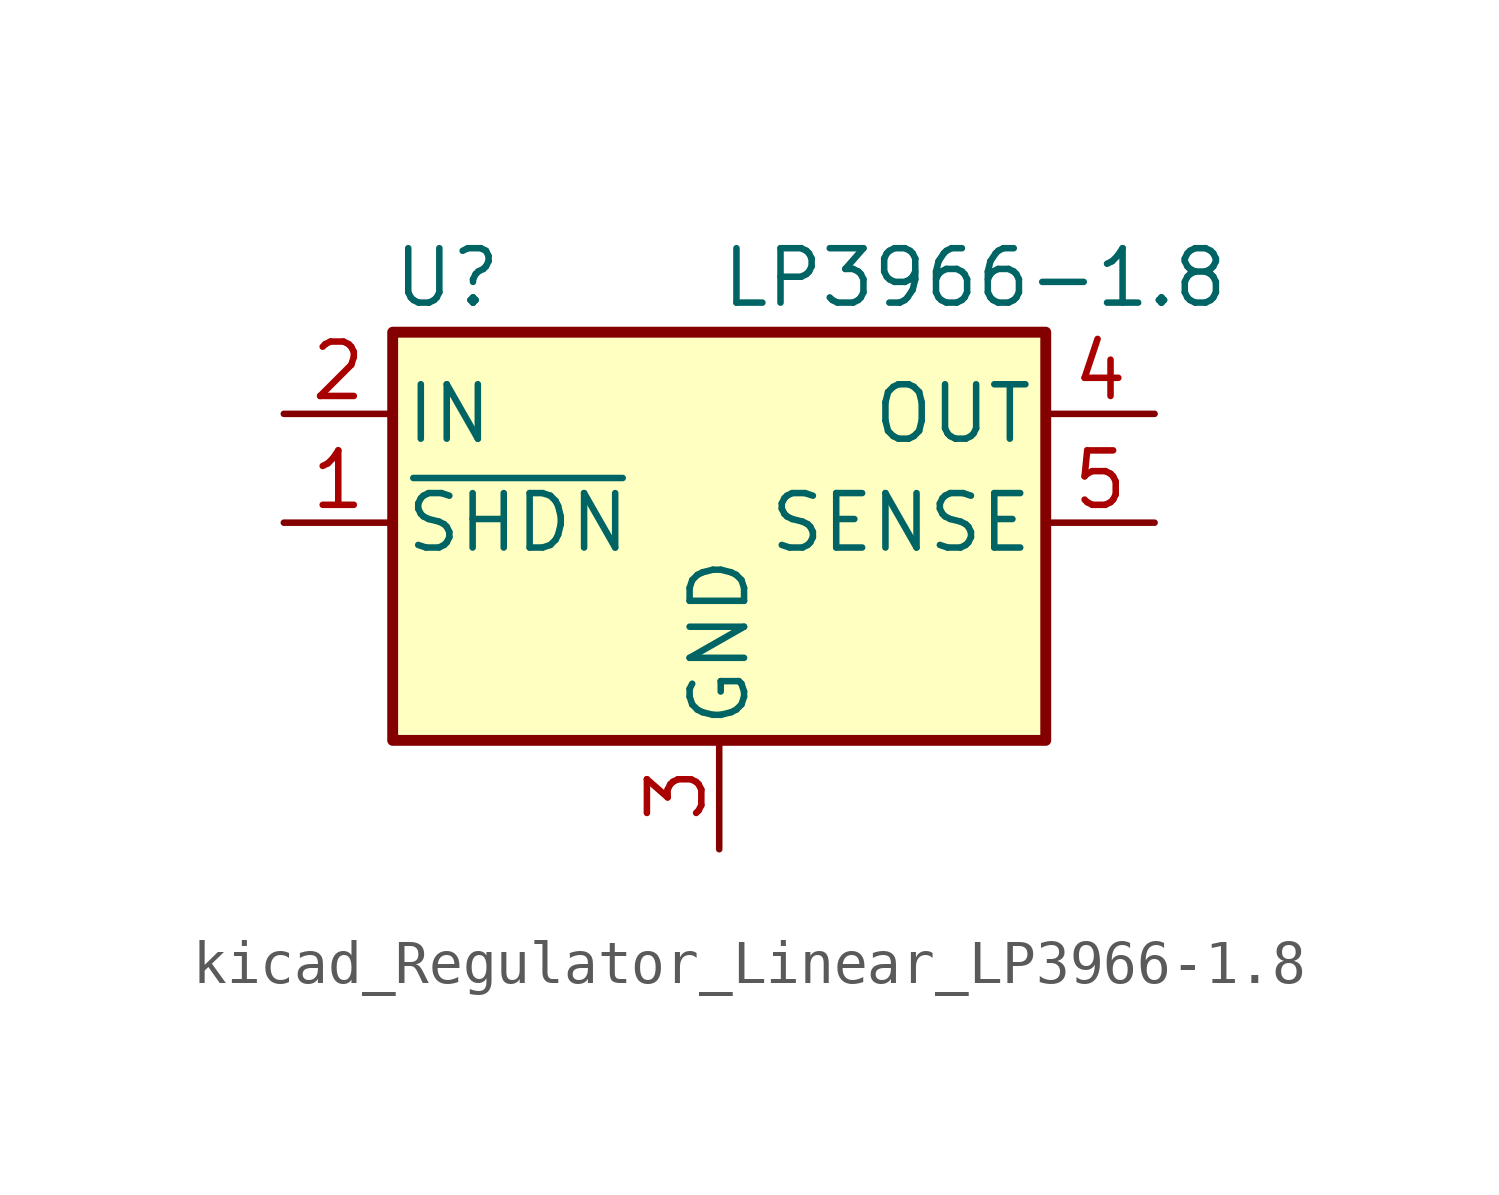
<source format=kicad_sym>
(kicad_symbol_lib
  (version 20220914)
  (generator kicad_symbol_editor)
  (symbol "kicad_Regulator_Linear_LP3966-1.8"
    (pin_names
      (offset 0.254))
    (property "Reference" "U"
      (at -6.35 5.715 0)
      (effects (font (size 1.27 1.27))))
    (property "Value" "LP3966-1.8"
      (at 0 5.715 0)
      (effects (font (size 1.27 1.27)) (justify left)))
    (symbol "kicad_Regulator_Linear_LP3966-1.8_0_1"
      (rectangle (start -7.62 -5.08) (end 7.62 4.445) (stroke (width 0.254) (type default)) (fill (type background))))
    (symbol "kicad_Regulator_Linear_LP3966-1.8_1_1"
      (pin input line (at -10.16 0 0) (length 2.54) (name "~{SHDN}" (effects (font (size 1.27 1.27)))) (number "1" (effects (font (size 1.27 1.27)))))
      (pin power_in line (at -10.16 2.54 0) (length 2.54) (name "IN" (effects (font (size 1.27 1.27)))) (number "2" (effects (font (size 1.27 1.27)))))
      (pin power_in line (at 0 -7.62 90) (length 2.54) (name "GND" (effects (font (size 1.27 1.27)))) (number "3" (effects (font (size 1.27 1.27)))))
      (pin power_out line (at 10.16 2.54 180) (length 2.54) (name "OUT" (effects (font (size 1.27 1.27)))) (number "4" (effects (font (size 1.27 1.27)))))
      (pin input line (at 10.16 0 180) (length 2.54) (name "SENSE" (effects (font (size 1.27 1.27)))) (number "5" (effects (font (size 1.27 1.27))))))))
</source>
